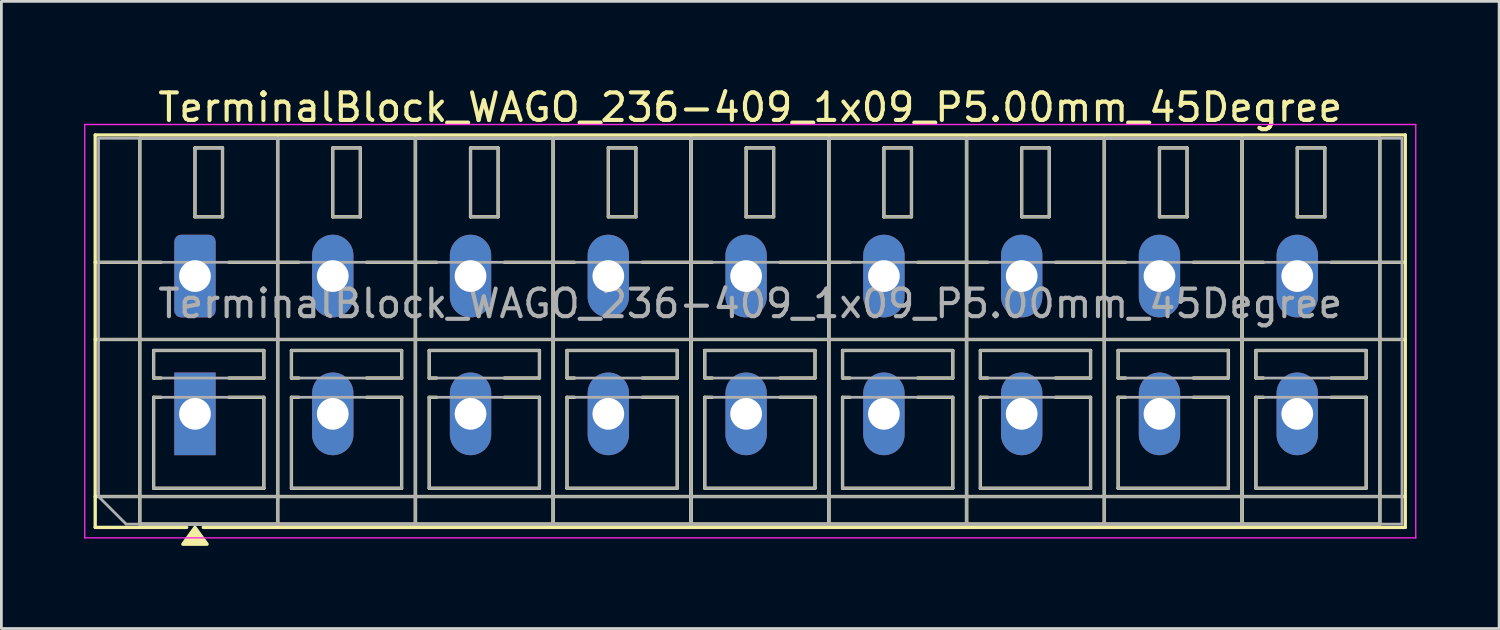
<source format=kicad_pcb>
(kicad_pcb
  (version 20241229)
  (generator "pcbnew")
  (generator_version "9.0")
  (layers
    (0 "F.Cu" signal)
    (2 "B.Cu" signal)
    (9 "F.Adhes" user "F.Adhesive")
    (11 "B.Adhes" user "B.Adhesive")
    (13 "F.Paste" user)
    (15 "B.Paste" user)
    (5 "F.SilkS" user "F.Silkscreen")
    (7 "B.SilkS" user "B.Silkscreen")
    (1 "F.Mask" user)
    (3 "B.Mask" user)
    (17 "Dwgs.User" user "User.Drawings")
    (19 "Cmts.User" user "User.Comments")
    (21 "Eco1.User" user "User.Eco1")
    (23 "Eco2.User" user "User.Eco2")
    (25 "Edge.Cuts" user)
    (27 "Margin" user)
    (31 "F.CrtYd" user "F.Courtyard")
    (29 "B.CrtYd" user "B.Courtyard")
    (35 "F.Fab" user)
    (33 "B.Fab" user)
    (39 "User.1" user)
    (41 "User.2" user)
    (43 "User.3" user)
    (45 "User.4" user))
  (footprint "TerminalBlock_WAGO_236-409_1x09_P5.00mm_45Degree"
    (layer "F.Cu")
    (at 4.025 6.968)
    (property "Reference" "TerminalBlock_WAGO_236-409_1x09_P5.00mm_45Degree" (at 20.15 -6.12 0) (layer "F.SilkS") (effects (font (size 1 1) (thickness 0.15))))
    (attr through_hole)
    (fp_line (start -3.62 -5.12) (end -3.62 9.12) (stroke (width 0.12) (type solid)) (layer "F.SilkS"))
    (fp_line (start -3.62 -5.12) (end 43.92 -5.12) (stroke (width 0.12) (type solid)) (layer "F.SilkS"))
    (fp_line (start -3.62 -0.5) (end -1.23 -0.5) (stroke (width 0.12) (type solid)) (layer "F.SilkS"))
    (fp_line (start -3.62 2.3) (end 43.92 2.3) (stroke (width 0.12) (type solid)) (layer "F.SilkS"))
    (fp_line (start -3.62 8) (end 43.92 8) (stroke (width 0.12) (type solid)) (layer "F.SilkS"))
    (fp_line (start -3.62 9.12) (end -0.3 9.12) (stroke (width 0.12) (type solid)) (layer "F.SilkS"))
    (fp_line (start -2 -5) (end -2 9) (stroke (width 0.12) (type solid)) (layer "F.SilkS"))
    (fp_line (start -2 -5) (end 3 -5) (stroke (width 0.12) (type solid)) (layer "F.SilkS"))
    (fp_line (start -2 9) (end 3 9) (stroke (width 0.12) (type solid)) (layer "F.SilkS"))
    (fp_line (start -1.5 2.7) (end -1.5 3.7) (stroke (width 0.12) (type solid)) (layer "F.SilkS"))
    (fp_line (start -1.5 2.7) (end 2.5 2.7) (stroke (width 0.12) (type solid)) (layer "F.SilkS"))
    (fp_line (start -1.5 3.7) (end -1.23 3.7) (stroke (width 0.12) (type solid)) (layer "F.SilkS"))
    (fp_line (start -1.5 4.4) (end -1.5 7.7) (stroke (width 0.12) (type solid)) (layer "F.SilkS"))
    (fp_line (start -1.5 4.4) (end -1.23 4.4) (stroke (width 0.12) (type solid)) (layer "F.SilkS"))
    (fp_line (start -1.5 7.7) (end 2.5 7.7) (stroke (width 0.12) (type solid)) (layer "F.SilkS"))
    (fp_line (start 0 -4.65) (end 0 -2.15) (stroke (width 0.12) (type solid)) (layer "F.SilkS"))
    (fp_line (start 0 -4.65) (end 1 -4.65) (stroke (width 0.12) (type solid)) (layer "F.SilkS"))
    (fp_line (start 0 -2.15) (end 1 -2.15) (stroke (width 0.12) (type solid)) (layer "F.SilkS"))
    (fp_line (start 0.3 9.12) (end 43.92 9.12) (stroke (width 0.12) (type solid)) (layer "F.SilkS"))
    (fp_line (start 1 -4.65) (end 1 -2.15) (stroke (width 0.12) (type solid)) (layer "F.SilkS"))
    (fp_line (start 1.23 -0.5) (end 3.77 -0.5) (stroke (width 0.12) (type solid)) (layer "F.SilkS"))
    (fp_line (start 1.23 3.7) (end 2.5 3.7) (stroke (width 0.12) (type solid)) (layer "F.SilkS"))
    (fp_line (start 1.23 4.4) (end 2.5 4.4) (stroke (width 0.12) (type solid)) (layer "F.SilkS"))
    (fp_line (start 2.5 2.7) (end 2.5 3.7) (stroke (width 0.12) (type solid)) (layer "F.SilkS"))
    (fp_line (start 2.5 4.4) (end 2.5 7.7) (stroke (width 0.12) (type solid)) (layer "F.SilkS"))
    (fp_line (start 3 -5) (end 3 9) (stroke (width 0.12) (type solid)) (layer "F.SilkS"))
    (fp_line (start 3 -5) (end 3 9) (stroke (width 0.12) (type solid)) (layer "F.SilkS"))
    (fp_line (start 3 -5) (end 8 -5) (stroke (width 0.12) (type solid)) (layer "F.SilkS"))
    (fp_line (start 3 9) (end 8 9) (stroke (width 0.12) (type solid)) (layer "F.SilkS"))
    (fp_line (start 3.5 2.7) (end 3.5 3.7) (stroke (width 0.12) (type solid)) (layer "F.SilkS"))
    (fp_line (start 3.5 2.7) (end 7.5 2.7) (stroke (width 0.12) (type solid)) (layer "F.SilkS"))
    (fp_line (start 3.5 3.7) (end 3.77 3.7) (stroke (width 0.12) (type solid)) (layer "F.SilkS"))
    (fp_line (start 3.5 4.4) (end 3.5 7.7) (stroke (width 0.12) (type solid)) (layer "F.SilkS"))
    (fp_line (start 3.5 4.4) (end 3.77 4.4) (stroke (width 0.12) (type solid)) (layer "F.SilkS"))
    (fp_line (start 3.5 7.7) (end 7.5 7.7) (stroke (width 0.12) (type solid)) (layer "F.SilkS"))
    (fp_line (start 5 -4.65) (end 5 -2.15) (stroke (width 0.12) (type solid)) (layer "F.SilkS"))
    (fp_line (start 5 -4.65) (end 6 -4.65) (stroke (width 0.12) (type solid)) (layer "F.SilkS"))
    (fp_line (start 5 -2.15) (end 6 -2.15) (stroke (width 0.12) (type solid)) (layer "F.SilkS"))
    (fp_line (start 6 -4.65) (end 6 -2.15) (stroke (width 0.12) (type solid)) (layer "F.SilkS"))
    (fp_line (start 6.23 -0.5) (end 8.77 -0.5) (stroke (width 0.12) (type solid)) (layer "F.SilkS"))
    (fp_line (start 6.23 3.7) (end 7.5 3.7) (stroke (width 0.12) (type solid)) (layer "F.SilkS"))
    (fp_line (start 6.23 4.4) (end 7.5 4.4) (stroke (width 0.12) (type solid)) (layer "F.SilkS"))
    (fp_line (start 7.5 2.7) (end 7.5 3.7) (stroke (width 0.12) (type solid)) (layer "F.SilkS"))
    (fp_line (start 7.5 4.4) (end 7.5 7.7) (stroke (width 0.12) (type solid)) (layer "F.SilkS"))
    (fp_line (start 8 -5) (end 8 9) (stroke (width 0.12) (type solid)) (layer "F.SilkS"))
    (fp_line (start 8 -5) (end 8 9) (stroke (width 0.12) (type solid)) (layer "F.SilkS"))
    (fp_line (start 8 -5) (end 13 -5) (stroke (width 0.12) (type solid)) (layer "F.SilkS"))
    (fp_line (start 8 9) (end 13 9) (stroke (width 0.12) (type solid)) (layer "F.SilkS"))
    (fp_line (start 8.5 2.7) (end 8.5 3.7) (stroke (width 0.12) (type solid)) (layer "F.SilkS"))
    (fp_line (start 8.5 2.7) (end 12.5 2.7) (stroke (width 0.12) (type solid)) (layer "F.SilkS"))
    (fp_line (start 8.5 3.7) (end 8.77 3.7) (stroke (width 0.12) (type solid)) (layer "F.SilkS"))
    (fp_line (start 8.5 4.4) (end 8.5 7.7) (stroke (width 0.12) (type solid)) (layer "F.SilkS"))
    (fp_line (start 8.5 4.4) (end 8.77 4.4) (stroke (width 0.12) (type solid)) (layer "F.SilkS"))
    (fp_line (start 8.5 7.7) (end 12.5 7.7) (stroke (width 0.12) (type solid)) (layer "F.SilkS"))
    (fp_line (start 10 -4.65) (end 10 -2.15) (stroke (width 0.12) (type solid)) (layer "F.SilkS"))
    (fp_line (start 10 -4.65) (end 11 -4.65) (stroke (width 0.12) (type solid)) (layer "F.SilkS"))
    (fp_line (start 10 -2.15) (end 11 -2.15) (stroke (width 0.12) (type solid)) (layer "F.SilkS"))
    (fp_line (start 11 -4.65) (end 11 -2.15) (stroke (width 0.12) (type solid)) (layer "F.SilkS"))
    (fp_line (start 11.23 -0.5) (end 13.77 -0.5) (stroke (width 0.12) (type solid)) (layer "F.SilkS"))
    (fp_line (start 11.23 3.7) (end 12.5 3.7) (stroke (width 0.12) (type solid)) (layer "F.SilkS"))
    (fp_line (start 11.23 4.4) (end 12.5 4.4) (stroke (width 0.12) (type solid)) (layer "F.SilkS"))
    (fp_line (start 12.5 2.7) (end 12.5 3.7) (stroke (width 0.12) (type solid)) (layer "F.SilkS"))
    (fp_line (start 12.5 4.4) (end 12.5 7.7) (stroke (width 0.12) (type solid)) (layer "F.SilkS"))
    (fp_line (start 13 -5) (end 13 9) (stroke (width 0.12) (type solid)) (layer "F.SilkS"))
    (fp_line (start 13 -5) (end 13 9) (stroke (width 0.12) (type solid)) (layer "F.SilkS"))
    (fp_line (start 13 -5) (end 18 -5) (stroke (width 0.12) (type solid)) (layer "F.SilkS"))
    (fp_line (start 13 9) (end 18 9) (stroke (width 0.12) (type solid)) (layer "F.SilkS"))
    (fp_line (start 13.5 2.7) (end 13.5 3.7) (stroke (width 0.12) (type solid)) (layer "F.SilkS"))
    (fp_line (start 13.5 2.7) (end 17.5 2.7) (stroke (width 0.12) (type solid)) (layer "F.SilkS"))
    (fp_line (start 13.5 3.7) (end 13.77 3.7) (stroke (width 0.12) (type solid)) (layer "F.SilkS"))
    (fp_line (start 13.5 4.4) (end 13.5 7.7) (stroke (width 0.12) (type solid)) (layer "F.SilkS"))
    (fp_line (start 13.5 4.4) (end 13.77 4.4) (stroke (width 0.12) (type solid)) (layer "F.SilkS"))
    (fp_line (start 13.5 7.7) (end 17.5 7.7) (stroke (width 0.12) (type solid)) (layer "F.SilkS"))
    (fp_line (start 15 -4.65) (end 15 -2.15) (stroke (width 0.12) (type solid)) (layer "F.SilkS"))
    (fp_line (start 15 -4.65) (end 16 -4.65) (stroke (width 0.12) (type solid)) (layer "F.SilkS"))
    (fp_line (start 15 -2.15) (end 16 -2.15) (stroke (width 0.12) (type solid)) (layer "F.SilkS"))
    (fp_line (start 16 -4.65) (end 16 -2.15) (stroke (width 0.12) (type solid)) (layer "F.SilkS"))
    (fp_line (start 16.23 -0.5) (end 18.77 -0.5) (stroke (width 0.12) (type solid)) (layer "F.SilkS"))
    (fp_line (start 16.23 3.7) (end 17.5 3.7) (stroke (width 0.12) (type solid)) (layer "F.SilkS"))
    (fp_line (start 16.23 4.4) (end 17.5 4.4) (stroke (width 0.12) (type solid)) (layer "F.SilkS"))
    (fp_line (start 17.5 2.7) (end 17.5 3.7) (stroke (width 0.12) (type solid)) (layer "F.SilkS"))
    (fp_line (start 17.5 4.4) (end 17.5 7.7) (stroke (width 0.12) (type solid)) (layer "F.SilkS"))
    (fp_line (start 18 -5) (end 18 9) (stroke (width 0.12) (type solid)) (layer "F.SilkS"))
    (fp_line (start 18 -5) (end 18 9) (stroke (width 0.12) (type solid)) (layer "F.SilkS"))
    (fp_line (start 18 -5) (end 23 -5) (stroke (width 0.12) (type solid)) (layer "F.SilkS"))
    (fp_line (start 18 9) (end 23 9) (stroke (width 0.12) (type solid)) (layer "F.SilkS"))
    (fp_line (start 18.5 2.7) (end 18.5 3.7) (stroke (width 0.12) (type solid)) (layer "F.SilkS"))
    (fp_line (start 18.5 2.7) (end 22.5 2.7) (stroke (width 0.12) (type solid)) (layer "F.SilkS"))
    (fp_line (start 18.5 3.7) (end 18.77 3.7) (stroke (width 0.12) (type solid)) (layer "F.SilkS"))
    (fp_line (start 18.5 4.4) (end 18.5 7.7) (stroke (width 0.12) (type solid)) (layer "F.SilkS"))
    (fp_line (start 18.5 4.4) (end 18.77 4.4) (stroke (width 0.12) (type solid)) (layer "F.SilkS"))
    (fp_line (start 18.5 7.7) (end 22.5 7.7) (stroke (width 0.12) (type solid)) (layer "F.SilkS"))
    (fp_line (start 20 -4.65) (end 20 -2.15) (stroke (width 0.12) (type solid)) (layer "F.SilkS"))
    (fp_line (start 20 -4.65) (end 21 -4.65) (stroke (width 0.12) (type solid)) (layer "F.SilkS"))
    (fp_line (start 20 -2.15) (end 21 -2.15) (stroke (width 0.12) (type solid)) (layer "F.SilkS"))
    (fp_line (start 21 -4.65) (end 21 -2.15) (stroke (width 0.12) (type solid)) (layer "F.SilkS"))
    (fp_line (start 21.23 -0.5) (end 23.77 -0.5) (stroke (width 0.12) (type solid)) (layer "F.SilkS"))
    (fp_line (start 21.23 3.7) (end 22.5 3.7) (stroke (width 0.12) (type solid)) (layer "F.SilkS"))
    (fp_line (start 21.23 4.4) (end 22.5 4.4) (stroke (width 0.12) (type solid)) (layer "F.SilkS"))
    (fp_line (start 22.5 2.7) (end 22.5 3.7) (stroke (width 0.12) (type solid)) (layer "F.SilkS"))
    (fp_line (start 22.5 4.4) (end 22.5 7.7) (stroke (width 0.12) (type solid)) (layer "F.SilkS"))
    (fp_line (start 23 -5) (end 23 9) (stroke (width 0.12) (type solid)) (layer "F.SilkS"))
    (fp_line (start 23 -5) (end 23 9) (stroke (width 0.12) (type solid)) (layer "F.SilkS"))
    (fp_line (start 23 -5) (end 28 -5) (stroke (width 0.12) (type solid)) (layer "F.SilkS"))
    (fp_line (start 23 9) (end 28 9) (stroke (width 0.12) (type solid)) (layer "F.SilkS"))
    (fp_line (start 23.5 2.7) (end 23.5 3.7) (stroke (width 0.12) (type solid)) (layer "F.SilkS"))
    (fp_line (start 23.5 2.7) (end 27.5 2.7) (stroke (width 0.12) (type solid)) (layer "F.SilkS"))
    (fp_line (start 23.5 3.7) (end 23.77 3.7) (stroke (width 0.12) (type solid)) (layer "F.SilkS"))
    (fp_line (start 23.5 4.4) (end 23.5 7.7) (stroke (width 0.12) (type solid)) (layer "F.SilkS"))
    (fp_line (start 23.5 4.4) (end 23.77 4.4) (stroke (width 0.12) (type solid)) (layer "F.SilkS"))
    (fp_line (start 23.5 7.7) (end 27.5 7.7) (stroke (width 0.12) (type solid)) (layer "F.SilkS"))
    (fp_line (start 25 -4.65) (end 25 -2.15) (stroke (width 0.12) (type solid)) (layer "F.SilkS"))
    (fp_line (start 25 -4.65) (end 26 -4.65) (stroke (width 0.12) (type solid)) (layer "F.SilkS"))
    (fp_line (start 25 -2.15) (end 26 -2.15) (stroke (width 0.12) (type solid)) (layer "F.SilkS"))
    (fp_line (start 26 -4.65) (end 26 -2.15) (stroke (width 0.12) (type solid)) (layer "F.SilkS"))
    (fp_line (start 26.23 -0.5) (end 28.77 -0.5) (stroke (width 0.12) (type solid)) (layer "F.SilkS"))
    (fp_line (start 26.23 3.7) (end 27.5 3.7) (stroke (width 0.12) (type solid)) (layer "F.SilkS"))
    (fp_line (start 26.23 4.4) (end 27.5 4.4) (stroke (width 0.12) (type solid)) (layer "F.SilkS"))
    (fp_line (start 27.5 2.7) (end 27.5 3.7) (stroke (width 0.12) (type solid)) (layer "F.SilkS"))
    (fp_line (start 27.5 4.4) (end 27.5 7.7) (stroke (width 0.12) (type solid)) (layer "F.SilkS"))
    (fp_line (start 28 -5) (end 28 9) (stroke (width 0.12) (type solid)) (layer "F.SilkS"))
    (fp_line (start 28 -5) (end 28 9) (stroke (width 0.12) (type solid)) (layer "F.SilkS"))
    (fp_line (start 28 -5) (end 33 -5) (stroke (width 0.12) (type solid)) (layer "F.SilkS"))
    (fp_line (start 28 9) (end 33 9) (stroke (width 0.12) (type solid)) (layer "F.SilkS"))
    (fp_line (start 28.5 2.7) (end 28.5 3.7) (stroke (width 0.12) (type solid)) (layer "F.SilkS"))
    (fp_line (start 28.5 2.7) (end 32.5 2.7) (stroke (width 0.12) (type solid)) (layer "F.SilkS"))
    (fp_line (start 28.5 3.7) (end 28.77 3.7) (stroke (width 0.12) (type solid)) (layer "F.SilkS"))
    (fp_line (start 28.5 4.4) (end 28.5 7.7) (stroke (width 0.12) (type solid)) (layer "F.SilkS"))
    (fp_line (start 28.5 4.4) (end 28.77 4.4) (stroke (width 0.12) (type solid)) (layer "F.SilkS"))
    (fp_line (start 28.5 7.7) (end 32.5 7.7) (stroke (width 0.12) (type solid)) (layer "F.SilkS"))
    (fp_line (start 30 -4.65) (end 30 -2.15) (stroke (width 0.12) (type solid)) (layer "F.SilkS"))
    (fp_line (start 30 -4.65) (end 31 -4.65) (stroke (width 0.12) (type solid)) (layer "F.SilkS"))
    (fp_line (start 30 -2.15) (end 31 -2.15) (stroke (width 0.12) (type solid)) (layer "F.SilkS"))
    (fp_line (start 31 -4.65) (end 31 -2.15) (stroke (width 0.12) (type solid)) (layer "F.SilkS"))
    (fp_line (start 31.23 -0.5) (end 33.77 -0.5) (stroke (width 0.12) (type solid)) (layer "F.SilkS"))
    (fp_line (start 31.23 3.7) (end 32.5 3.7) (stroke (width 0.12) (type solid)) (layer "F.SilkS"))
    (fp_line (start 31.23 4.4) (end 32.5 4.4) (stroke (width 0.12) (type solid)) (layer "F.SilkS"))
    (fp_line (start 32.5 2.7) (end 32.5 3.7) (stroke (width 0.12) (type solid)) (layer "F.SilkS"))
    (fp_line (start 32.5 4.4) (end 32.5 7.7) (stroke (width 0.12) (type solid)) (layer "F.SilkS"))
    (fp_line (start 33 -5) (end 33 9) (stroke (width 0.12) (type solid)) (layer "F.SilkS"))
    (fp_line (start 33 -5) (end 33 9) (stroke (width 0.12) (type solid)) (layer "F.SilkS"))
    (fp_line (start 33 -5) (end 38 -5) (stroke (width 0.12) (type solid)) (layer "F.SilkS"))
    (fp_line (start 33 9) (end 38 9) (stroke (width 0.12) (type solid)) (layer "F.SilkS"))
    (fp_line (start 33.5 2.7) (end 33.5 3.7) (stroke (width 0.12) (type solid)) (layer "F.SilkS"))
    (fp_line (start 33.5 2.7) (end 37.5 2.7) (stroke (width 0.12) (type solid)) (layer "F.SilkS"))
    (fp_line (start 33.5 3.7) (end 33.77 3.7) (stroke (width 0.12) (type solid)) (layer "F.SilkS"))
    (fp_line (start 33.5 4.4) (end 33.5 7.7) (stroke (width 0.12) (type solid)) (layer "F.SilkS"))
    (fp_line (start 33.5 4.4) (end 33.77 4.4) (stroke (width 0.12) (type solid)) (layer "F.SilkS"))
    (fp_line (start 33.5 7.7) (end 37.5 7.7) (stroke (width 0.12) (type solid)) (layer "F.SilkS"))
    (fp_line (start 35 -4.65) (end 35 -2.15) (stroke (width 0.12) (type solid)) (layer "F.SilkS"))
    (fp_line (start 35 -4.65) (end 36 -4.65) (stroke (width 0.12) (type solid)) (layer "F.SilkS"))
    (fp_line (start 35 -2.15) (end 36 -2.15) (stroke (width 0.12) (type solid)) (layer "F.SilkS"))
    (fp_line (start 36 -4.65) (end 36 -2.15) (stroke (width 0.12) (type solid)) (layer "F.SilkS"))
    (fp_line (start 36.23 -0.5) (end 38.77 -0.5) (stroke (width 0.12) (type solid)) (layer "F.SilkS"))
    (fp_line (start 36.23 3.7) (end 37.5 3.7) (stroke (width 0.12) (type solid)) (layer "F.SilkS"))
    (fp_line (start 36.23 4.4) (end 37.5 4.4) (stroke (width 0.12) (type solid)) (layer "F.SilkS"))
    (fp_line (start 37.5 2.7) (end 37.5 3.7) (stroke (width 0.12) (type solid)) (layer "F.SilkS"))
    (fp_line (start 37.5 4.4) (end 37.5 7.7) (stroke (width 0.12) (type solid)) (layer "F.SilkS"))
    (fp_line (start 38 -5) (end 38 9) (stroke (width 0.12) (type solid)) (layer "F.SilkS"))
    (fp_line (start 38 -5) (end 38 9) (stroke (width 0.12) (type solid)) (layer "F.SilkS"))
    (fp_line (start 38 -5) (end 43 -5) (stroke (width 0.12) (type solid)) (layer "F.SilkS"))
    (fp_line (start 38 9) (end 43 9) (stroke (width 0.12) (type solid)) (layer "F.SilkS"))
    (fp_line (start 38.5 2.7) (end 38.5 3.7) (stroke (width 0.12) (type solid)) (layer "F.SilkS"))
    (fp_line (start 38.5 2.7) (end 42.5 2.7) (stroke (width 0.12) (type solid)) (layer "F.SilkS"))
    (fp_line (start 38.5 3.7) (end 38.77 3.7) (stroke (width 0.12) (type solid)) (layer "F.SilkS"))
    (fp_line (start 38.5 4.4) (end 38.5 7.7) (stroke (width 0.12) (type solid)) (layer "F.SilkS"))
    (fp_line (start 38.5 4.4) (end 38.77 4.4) (stroke (width 0.12) (type solid)) (layer "F.SilkS"))
    (fp_line (start 38.5 7.7) (end 42.5 7.7) (stroke (width 0.12) (type solid)) (layer "F.SilkS"))
    (fp_line (start 40 -4.65) (end 40 -2.15) (stroke (width 0.12) (type solid)) (layer "F.SilkS"))
    (fp_line (start 40 -4.65) (end 41 -4.65) (stroke (width 0.12) (type solid)) (layer "F.SilkS"))
    (fp_line (start 40 -2.15) (end 41 -2.15) (stroke (width 0.12) (type solid)) (layer "F.SilkS"))
    (fp_line (start 41 -4.65) (end 41 -2.15) (stroke (width 0.12) (type solid)) (layer "F.SilkS"))
    (fp_line (start 41.23 -0.5) (end 43.92 -0.5) (stroke (width 0.12) (type solid)) (layer "F.SilkS"))
    (fp_line (start 41.23 3.7) (end 42.5 3.7) (stroke (width 0.12) (type solid)) (layer "F.SilkS"))
    (fp_line (start 41.23 4.4) (end 42.5 4.4) (stroke (width 0.12) (type solid)) (layer "F.SilkS"))
    (fp_line (start 42.5 2.7) (end 42.5 3.7) (stroke (width 0.12) (type solid)) (layer "F.SilkS"))
    (fp_line (start 42.5 4.4) (end 42.5 7.7) (stroke (width 0.12) (type solid)) (layer "F.SilkS"))
    (fp_line (start 43 -5) (end 43 9) (stroke (width 0.12) (type solid)) (layer "F.SilkS"))
    (fp_line (start 43.92 -5.12) (end 43.92 9.12) (stroke (width 0.12) (type solid)) (layer "F.SilkS"))
    (fp_poly (pts (xy 0 9.12) (xy 0.44 9.73) (xy -0.44 9.73)) (stroke (width 0.12) (type solid)) (fill yes) (layer "F.SilkS"))
    (fp_line (start -4 -5.5) (end -4 9.5) (stroke (width 0.05) (type solid)) (layer "F.CrtYd"))
    (fp_line (start -4 9.5) (end 44.3 9.5) (stroke (width 0.05) (type solid)) (layer "F.CrtYd"))
    (fp_line (start 44.3 -5.5) (end -4 -5.5) (stroke (width 0.05) (type solid)) (layer "F.CrtYd"))
    (fp_line (start 44.3 9.5) (end 44.3 -5.5) (stroke (width 0.05) (type solid)) (layer "F.CrtYd"))
    (fp_line (start -3.5 -5) (end 43.8 -5) (stroke (width 0.1) (type solid)) (layer "F.Fab"))
    (fp_line (start -3.5 -0.5) (end 43.8 -0.5) (stroke (width 0.1) (type solid)) (layer "F.Fab"))
    (fp_line (start -3.5 2.3) (end 43.8 2.3) (stroke (width 0.1) (type solid)) (layer "F.Fab"))
    (fp_line (start -3.5 8) (end -3.5 -5) (stroke (width 0.1) (type solid)) (layer "F.Fab"))
    (fp_line (start -3.5 8) (end 43.8 8) (stroke (width 0.1) (type solid)) (layer "F.Fab"))
    (fp_line (start -2.5 9) (end -3.5 8) (stroke (width 0.1) (type solid)) (layer "F.Fab"))
    (fp_line (start -2 -5) (end -2 9) (stroke (width 0.1) (type solid)) (layer "F.Fab"))
    (fp_line (start -2 9) (end 3 9) (stroke (width 0.1) (type solid)) (layer "F.Fab"))
    (fp_line (start -1.5 2.7) (end -1.5 3.7) (stroke (width 0.1) (type solid)) (layer "F.Fab"))
    (fp_line (start -1.5 3.7) (end 2.5 3.7) (stroke (width 0.1) (type solid)) (layer "F.Fab"))
    (fp_line (start -1.5 4.4) (end -1.5 7.7) (stroke (width 0.1) (type solid)) (layer "F.Fab"))
    (fp_line (start -1.5 7.7) (end 2.5 7.7) (stroke (width 0.1) (type solid)) (layer "F.Fab"))
    (fp_line (start 0 -4.65) (end 0 -2.15) (stroke (width 0.1) (type solid)) (layer "F.Fab"))
    (fp_line (start 0 -2.15) (end 1 -2.15) (stroke (width 0.1) (type solid)) (layer "F.Fab"))
    (fp_line (start 1 -4.65) (end 0 -4.65) (stroke (width 0.1) (type solid)) (layer "F.Fab"))
    (fp_line (start 1 -2.15) (end 1 -4.65) (stroke (width 0.1) (type solid)) (layer "F.Fab"))
    (fp_line (start 2.5 2.7) (end -1.5 2.7) (stroke (width 0.1) (type solid)) (layer "F.Fab"))
    (fp_line (start 2.5 3.7) (end 2.5 2.7) (stroke (width 0.1) (type solid)) (layer "F.Fab"))
    (fp_line (start 2.5 4.4) (end -1.5 4.4) (stroke (width 0.1) (type solid)) (layer "F.Fab"))
    (fp_line (start 2.5 7.7) (end 2.5 4.4) (stroke (width 0.1) (type solid)) (layer "F.Fab"))
    (fp_line (start 3 -5) (end -2 -5) (stroke (width 0.1) (type solid)) (layer "F.Fab"))
    (fp_line (start 3 -5) (end 3 9) (stroke (width 0.1) (type solid)) (layer "F.Fab"))
    (fp_line (start 3 9) (end 3 -5) (stroke (width 0.1) (type solid)) (layer "F.Fab"))
    (fp_line (start 3 9) (end 8 9) (stroke (width 0.1) (type solid)) (layer "F.Fab"))
    (fp_line (start 3.5 2.7) (end 3.5 3.7) (stroke (width 0.1) (type solid)) (layer "F.Fab"))
    (fp_line (start 3.5 3.7) (end 7.5 3.7) (stroke (width 0.1) (type solid)) (layer "F.Fab"))
    (fp_line (start 3.5 4.4) (end 3.5 7.7) (stroke (width 0.1) (type solid)) (layer "F.Fab"))
    (fp_line (start 3.5 7.7) (end 7.5 7.7) (stroke (width 0.1) (type solid)) (layer "F.Fab"))
    (fp_line (start 5 -4.65) (end 5 -2.15) (stroke (width 0.1) (type solid)) (layer "F.Fab"))
    (fp_line (start 5 -2.15) (end 6 -2.15) (stroke (width 0.1) (type solid)) (layer "F.Fab"))
    (fp_line (start 6 -4.65) (end 5 -4.65) (stroke (width 0.1) (type solid)) (layer "F.Fab"))
    (fp_line (start 6 -2.15) (end 6 -4.65) (stroke (width 0.1) (type solid)) (layer "F.Fab"))
    (fp_line (start 7.5 2.7) (end 3.5 2.7) (stroke (width 0.1) (type solid)) (layer "F.Fab"))
    (fp_line (start 7.5 3.7) (end 7.5 2.7) (stroke (width 0.1) (type solid)) (layer "F.Fab"))
    (fp_line (start 7.5 4.4) (end 3.5 4.4) (stroke (width 0.1) (type solid)) (layer "F.Fab"))
    (fp_line (start 7.5 7.7) (end 7.5 4.4) (stroke (width 0.1) (type solid)) (layer "F.Fab"))
    (fp_line (start 8 -5) (end 3 -5) (stroke (width 0.1) (type solid)) (layer "F.Fab"))
    (fp_line (start 8 -5) (end 8 9) (stroke (width 0.1) (type solid)) (layer "F.Fab"))
    (fp_line (start 8 9) (end 8 -5) (stroke (width 0.1) (type solid)) (layer "F.Fab"))
    (fp_line (start 8 9) (end 13 9) (stroke (width 0.1) (type solid)) (layer "F.Fab"))
    (fp_line (start 8.5 2.7) (end 8.5 3.7) (stroke (width 0.1) (type solid)) (layer "F.Fab"))
    (fp_line (start 8.5 3.7) (end 12.5 3.7) (stroke (width 0.1) (type solid)) (layer "F.Fab"))
    (fp_line (start 8.5 4.4) (end 8.5 7.7) (stroke (width 0.1) (type solid)) (layer "F.Fab"))
    (fp_line (start 8.5 7.7) (end 12.5 7.7) (stroke (width 0.1) (type solid)) (layer "F.Fab"))
    (fp_line (start 10 -4.65) (end 10 -2.15) (stroke (width 0.1) (type solid)) (layer "F.Fab"))
    (fp_line (start 10 -2.15) (end 11 -2.15) (stroke (width 0.1) (type solid)) (layer "F.Fab"))
    (fp_line (start 11 -4.65) (end 10 -4.65) (stroke (width 0.1) (type solid)) (layer "F.Fab"))
    (fp_line (start 11 -2.15) (end 11 -4.65) (stroke (width 0.1) (type solid)) (layer "F.Fab"))
    (fp_line (start 12.5 2.7) (end 8.5 2.7) (stroke (width 0.1) (type solid)) (layer "F.Fab"))
    (fp_line (start 12.5 3.7) (end 12.5 2.7) (stroke (width 0.1) (type solid)) (layer "F.Fab"))
    (fp_line (start 12.5 4.4) (end 8.5 4.4) (stroke (width 0.1) (type solid)) (layer "F.Fab"))
    (fp_line (start 12.5 7.7) (end 12.5 4.4) (stroke (width 0.1) (type solid)) (layer "F.Fab"))
    (fp_line (start 13 -5) (end 8 -5) (stroke (width 0.1) (type solid)) (layer "F.Fab"))
    (fp_line (start 13 -5) (end 13 9) (stroke (width 0.1) (type solid)) (layer "F.Fab"))
    (fp_line (start 13 9) (end 13 -5) (stroke (width 0.1) (type solid)) (layer "F.Fab"))
    (fp_line (start 13 9) (end 18 9) (stroke (width 0.1) (type solid)) (layer "F.Fab"))
    (fp_line (start 13.5 2.7) (end 13.5 3.7) (stroke (width 0.1) (type solid)) (layer "F.Fab"))
    (fp_line (start 13.5 3.7) (end 17.5 3.7) (stroke (width 0.1) (type solid)) (layer "F.Fab"))
    (fp_line (start 13.5 4.4) (end 13.5 7.7) (stroke (width 0.1) (type solid)) (layer "F.Fab"))
    (fp_line (start 13.5 7.7) (end 17.5 7.7) (stroke (width 0.1) (type solid)) (layer "F.Fab"))
    (fp_line (start 15 -4.65) (end 15 -2.15) (stroke (width 0.1) (type solid)) (layer "F.Fab"))
    (fp_line (start 15 -2.15) (end 16 -2.15) (stroke (width 0.1) (type solid)) (layer "F.Fab"))
    (fp_line (start 16 -4.65) (end 15 -4.65) (stroke (width 0.1) (type solid)) (layer "F.Fab"))
    (fp_line (start 16 -2.15) (end 16 -4.65) (stroke (width 0.1) (type solid)) (layer "F.Fab"))
    (fp_line (start 17.5 2.7) (end 13.5 2.7) (stroke (width 0.1) (type solid)) (layer "F.Fab"))
    (fp_line (start 17.5 3.7) (end 17.5 2.7) (stroke (width 0.1) (type solid)) (layer "F.Fab"))
    (fp_line (start 17.5 4.4) (end 13.5 4.4) (stroke (width 0.1) (type solid)) (layer "F.Fab"))
    (fp_line (start 17.5 7.7) (end 17.5 4.4) (stroke (width 0.1) (type solid)) (layer "F.Fab"))
    (fp_line (start 18 -5) (end 13 -5) (stroke (width 0.1) (type solid)) (layer "F.Fab"))
    (fp_line (start 18 -5) (end 18 9) (stroke (width 0.1) (type solid)) (layer "F.Fab"))
    (fp_line (start 18 9) (end 18 -5) (stroke (width 0.1) (type solid)) (layer "F.Fab"))
    (fp_line (start 18 9) (end 23 9) (stroke (width 0.1) (type solid)) (layer "F.Fab"))
    (fp_line (start 18.5 2.7) (end 18.5 3.7) (stroke (width 0.1) (type solid)) (layer "F.Fab"))
    (fp_line (start 18.5 3.7) (end 22.5 3.7) (stroke (width 0.1) (type solid)) (layer "F.Fab"))
    (fp_line (start 18.5 4.4) (end 18.5 7.7) (stroke (width 0.1) (type solid)) (layer "F.Fab"))
    (fp_line (start 18.5 7.7) (end 22.5 7.7) (stroke (width 0.1) (type solid)) (layer "F.Fab"))
    (fp_line (start 20 -4.65) (end 20 -2.15) (stroke (width 0.1) (type solid)) (layer "F.Fab"))
    (fp_line (start 20 -2.15) (end 21 -2.15) (stroke (width 0.1) (type solid)) (layer "F.Fab"))
    (fp_line (start 21 -4.65) (end 20 -4.65) (stroke (width 0.1) (type solid)) (layer "F.Fab"))
    (fp_line (start 21 -2.15) (end 21 -4.65) (stroke (width 0.1) (type solid)) (layer "F.Fab"))
    (fp_line (start 22.5 2.7) (end 18.5 2.7) (stroke (width 0.1) (type solid)) (layer "F.Fab"))
    (fp_line (start 22.5 3.7) (end 22.5 2.7) (stroke (width 0.1) (type solid)) (layer "F.Fab"))
    (fp_line (start 22.5 4.4) (end 18.5 4.4) (stroke (width 0.1) (type solid)) (layer "F.Fab"))
    (fp_line (start 22.5 7.7) (end 22.5 4.4) (stroke (width 0.1) (type solid)) (layer "F.Fab"))
    (fp_line (start 23 -5) (end 18 -5) (stroke (width 0.1) (type solid)) (layer "F.Fab"))
    (fp_line (start 23 -5) (end 23 9) (stroke (width 0.1) (type solid)) (layer "F.Fab"))
    (fp_line (start 23 9) (end 23 -5) (stroke (width 0.1) (type solid)) (layer "F.Fab"))
    (fp_line (start 23 9) (end 28 9) (stroke (width 0.1) (type solid)) (layer "F.Fab"))
    (fp_line (start 23.5 2.7) (end 23.5 3.7) (stroke (width 0.1) (type solid)) (layer "F.Fab"))
    (fp_line (start 23.5 3.7) (end 27.5 3.7) (stroke (width 0.1) (type solid)) (layer "F.Fab"))
    (fp_line (start 23.5 4.4) (end 23.5 7.7) (stroke (width 0.1) (type solid)) (layer "F.Fab"))
    (fp_line (start 23.5 7.7) (end 27.5 7.7) (stroke (width 0.1) (type solid)) (layer "F.Fab"))
    (fp_line (start 25 -4.65) (end 25 -2.15) (stroke (width 0.1) (type solid)) (layer "F.Fab"))
    (fp_line (start 25 -2.15) (end 26 -2.15) (stroke (width 0.1) (type solid)) (layer "F.Fab"))
    (fp_line (start 26 -4.65) (end 25 -4.65) (stroke (width 0.1) (type solid)) (layer "F.Fab"))
    (fp_line (start 26 -2.15) (end 26 -4.65) (stroke (width 0.1) (type solid)) (layer "F.Fab"))
    (fp_line (start 27.5 2.7) (end 23.5 2.7) (stroke (width 0.1) (type solid)) (layer "F.Fab"))
    (fp_line (start 27.5 3.7) (end 27.5 2.7) (stroke (width 0.1) (type solid)) (layer "F.Fab"))
    (fp_line (start 27.5 4.4) (end 23.5 4.4) (stroke (width 0.1) (type solid)) (layer "F.Fab"))
    (fp_line (start 27.5 7.7) (end 27.5 4.4) (stroke (width 0.1) (type solid)) (layer "F.Fab"))
    (fp_line (start 28 -5) (end 23 -5) (stroke (width 0.1) (type solid)) (layer "F.Fab"))
    (fp_line (start 28 -5) (end 28 9) (stroke (width 0.1) (type solid)) (layer "F.Fab"))
    (fp_line (start 28 9) (end 28 -5) (stroke (width 0.1) (type solid)) (layer "F.Fab"))
    (fp_line (start 28 9) (end 33 9) (stroke (width 0.1) (type solid)) (layer "F.Fab"))
    (fp_line (start 28.5 2.7) (end 28.5 3.7) (stroke (width 0.1) (type solid)) (layer "F.Fab"))
    (fp_line (start 28.5 3.7) (end 32.5 3.7) (stroke (width 0.1) (type solid)) (layer "F.Fab"))
    (fp_line (start 28.5 4.4) (end 28.5 7.7) (stroke (width 0.1) (type solid)) (layer "F.Fab"))
    (fp_line (start 28.5 7.7) (end 32.5 7.7) (stroke (width 0.1) (type solid)) (layer "F.Fab"))
    (fp_line (start 30 -4.65) (end 30 -2.15) (stroke (width 0.1) (type solid)) (layer "F.Fab"))
    (fp_line (start 30 -2.15) (end 31 -2.15) (stroke (width 0.1) (type solid)) (layer "F.Fab"))
    (fp_line (start 31 -4.65) (end 30 -4.65) (stroke (width 0.1) (type solid)) (layer "F.Fab"))
    (fp_line (start 31 -2.15) (end 31 -4.65) (stroke (width 0.1) (type solid)) (layer "F.Fab"))
    (fp_line (start 32.5 2.7) (end 28.5 2.7) (stroke (width 0.1) (type solid)) (layer "F.Fab"))
    (fp_line (start 32.5 3.7) (end 32.5 2.7) (stroke (width 0.1) (type solid)) (layer "F.Fab"))
    (fp_line (start 32.5 4.4) (end 28.5 4.4) (stroke (width 0.1) (type solid)) (layer "F.Fab"))
    (fp_line (start 32.5 7.7) (end 32.5 4.4) (stroke (width 0.1) (type solid)) (layer "F.Fab"))
    (fp_line (start 33 -5) (end 28 -5) (stroke (width 0.1) (type solid)) (layer "F.Fab"))
    (fp_line (start 33 -5) (end 33 9) (stroke (width 0.1) (type solid)) (layer "F.Fab"))
    (fp_line (start 33 9) (end 33 -5) (stroke (width 0.1) (type solid)) (layer "F.Fab"))
    (fp_line (start 33 9) (end 38 9) (stroke (width 0.1) (type solid)) (layer "F.Fab"))
    (fp_line (start 33.5 2.7) (end 33.5 3.7) (stroke (width 0.1) (type solid)) (layer "F.Fab"))
    (fp_line (start 33.5 3.7) (end 37.5 3.7) (stroke (width 0.1) (type solid)) (layer "F.Fab"))
    (fp_line (start 33.5 4.4) (end 33.5 7.7) (stroke (width 0.1) (type solid)) (layer "F.Fab"))
    (fp_line (start 33.5 7.7) (end 37.5 7.7) (stroke (width 0.1) (type solid)) (layer "F.Fab"))
    (fp_line (start 35 -4.65) (end 35 -2.15) (stroke (width 0.1) (type solid)) (layer "F.Fab"))
    (fp_line (start 35 -2.15) (end 36 -2.15) (stroke (width 0.1) (type solid)) (layer "F.Fab"))
    (fp_line (start 36 -4.65) (end 35 -4.65) (stroke (width 0.1) (type solid)) (layer "F.Fab"))
    (fp_line (start 36 -2.15) (end 36 -4.65) (stroke (width 0.1) (type solid)) (layer "F.Fab"))
    (fp_line (start 37.5 2.7) (end 33.5 2.7) (stroke (width 0.1) (type solid)) (layer "F.Fab"))
    (fp_line (start 37.5 3.7) (end 37.5 2.7) (stroke (width 0.1) (type solid)) (layer "F.Fab"))
    (fp_line (start 37.5 4.4) (end 33.5 4.4) (stroke (width 0.1) (type solid)) (layer "F.Fab"))
    (fp_line (start 37.5 7.7) (end 37.5 4.4) (stroke (width 0.1) (type solid)) (layer "F.Fab"))
    (fp_line (start 38 -5) (end 33 -5) (stroke (width 0.1) (type solid)) (layer "F.Fab"))
    (fp_line (start 38 -5) (end 38 9) (stroke (width 0.1) (type solid)) (layer "F.Fab"))
    (fp_line (start 38 9) (end 38 -5) (stroke (width 0.1) (type solid)) (layer "F.Fab"))
    (fp_line (start 38 9) (end 43 9) (stroke (width 0.1) (type solid)) (layer "F.Fab"))
    (fp_line (start 38.5 2.7) (end 38.5 3.7) (stroke (width 0.1) (type solid)) (layer "F.Fab"))
    (fp_line (start 38.5 3.7) (end 42.5 3.7) (stroke (width 0.1) (type solid)) (layer "F.Fab"))
    (fp_line (start 38.5 4.4) (end 38.5 7.7) (stroke (width 0.1) (type solid)) (layer "F.Fab"))
    (fp_line (start 38.5 7.7) (end 42.5 7.7) (stroke (width 0.1) (type solid)) (layer "F.Fab"))
    (fp_line (start 40 -4.65) (end 40 -2.15) (stroke (width 0.1) (type solid)) (layer "F.Fab"))
    (fp_line (start 40 -2.15) (end 41 -2.15) (stroke (width 0.1) (type solid)) (layer "F.Fab"))
    (fp_line (start 41 -4.65) (end 40 -4.65) (stroke (width 0.1) (type solid)) (layer "F.Fab"))
    (fp_line (start 41 -2.15) (end 41 -4.65) (stroke (width 0.1) (type solid)) (layer "F.Fab"))
    (fp_line (start 42.5 2.7) (end 38.5 2.7) (stroke (width 0.1) (type solid)) (layer "F.Fab"))
    (fp_line (start 42.5 3.7) (end 42.5 2.7) (stroke (width 0.1) (type solid)) (layer "F.Fab"))
    (fp_line (start 42.5 4.4) (end 38.5 4.4) (stroke (width 0.1) (type solid)) (layer "F.Fab"))
    (fp_line (start 42.5 7.7) (end 42.5 4.4) (stroke (width 0.1) (type solid)) (layer "F.Fab"))
    (fp_line (start 43 -5) (end 38 -5) (stroke (width 0.1) (type solid)) (layer "F.Fab"))
    (fp_line (start 43 9) (end 43 -5) (stroke (width 0.1) (type solid)) (layer "F.Fab"))
    (fp_line (start 43.8 -5) (end 43.8 9) (stroke (width 0.1) (type solid)) (layer "F.Fab"))
    (fp_line (start 43.8 9) (end -2.5 9) (stroke (width 0.1) (type solid)) (layer "F.Fab"))
    (fp_text user "${REFERENCE}" (at 20.15 1 0) (layer "F.Fab") (effects (font (size 1 1) (thickness 0.15))))
    (pad "1" thru_hole roundrect (at 0 0) (size 1.5 3) (drill 1.15) (layers "*.Cu" "*.Mask") (roundrect_rratio 0.167))
    (pad "1" thru_hole rect (at 0 5) (size 1.5 3) (drill 1.15) (layers "*.Cu" "*.Mask"))
    (pad "2" thru_hole oval (at 5 0) (size 1.5 3) (drill 1.15) (layers "*.Cu" "*.Mask"))
    (pad "2" thru_hole oval (at 5 5) (size 1.5 3) (drill 1.15) (layers "*.Cu" "*.Mask"))
    (pad "3" thru_hole oval (at 10 0) (size 1.5 3) (drill 1.15) (layers "*.Cu" "*.Mask"))
    (pad "3" thru_hole oval (at 10 5) (size 1.5 3) (drill 1.15) (layers "*.Cu" "*.Mask"))
    (pad "4" thru_hole oval (at 15 0) (size 1.5 3) (drill 1.15) (layers "*.Cu" "*.Mask"))
    (pad "4" thru_hole oval (at 15 5) (size 1.5 3) (drill 1.15) (layers "*.Cu" "*.Mask"))
    (pad "5" thru_hole oval (at 20 0) (size 1.5 3) (drill 1.15) (layers "*.Cu" "*.Mask"))
    (pad "5" thru_hole oval (at 20 5) (size 1.5 3) (drill 1.15) (layers "*.Cu" "*.Mask"))
    (pad "6" thru_hole oval (at 25 0) (size 1.5 3) (drill 1.15) (layers "*.Cu" "*.Mask"))
    (pad "6" thru_hole oval (at 25 5) (size 1.5 3) (drill 1.15) (layers "*.Cu" "*.Mask"))
    (pad "7" thru_hole oval (at 30 0) (size 1.5 3) (drill 1.15) (layers "*.Cu" "*.Mask"))
    (pad "7" thru_hole oval (at 30 5) (size 1.5 3) (drill 1.15) (layers "*.Cu" "*.Mask"))
    (pad "8" thru_hole oval (at 35 0) (size 1.5 3) (drill 1.15) (layers "*.Cu" "*.Mask"))
    (pad "8" thru_hole oval (at 35 5) (size 1.5 3) (drill 1.15) (layers "*.Cu" "*.Mask"))
    (pad "9" thru_hole oval (at 40 0) (size 1.5 3) (drill 1.15) (layers "*.Cu" "*.Mask"))
    (pad "9" thru_hole oval (at 40 5) (size 1.5 3) (drill 1.15) (layers "*.Cu" "*.Mask")))
  (gr_rect
    (start -3 -3)
    (end 51.35 19.758)
    (stroke (width 0.1) (type default))
    (fill no)
    (layer "Edge.Cuts")))
</source>
